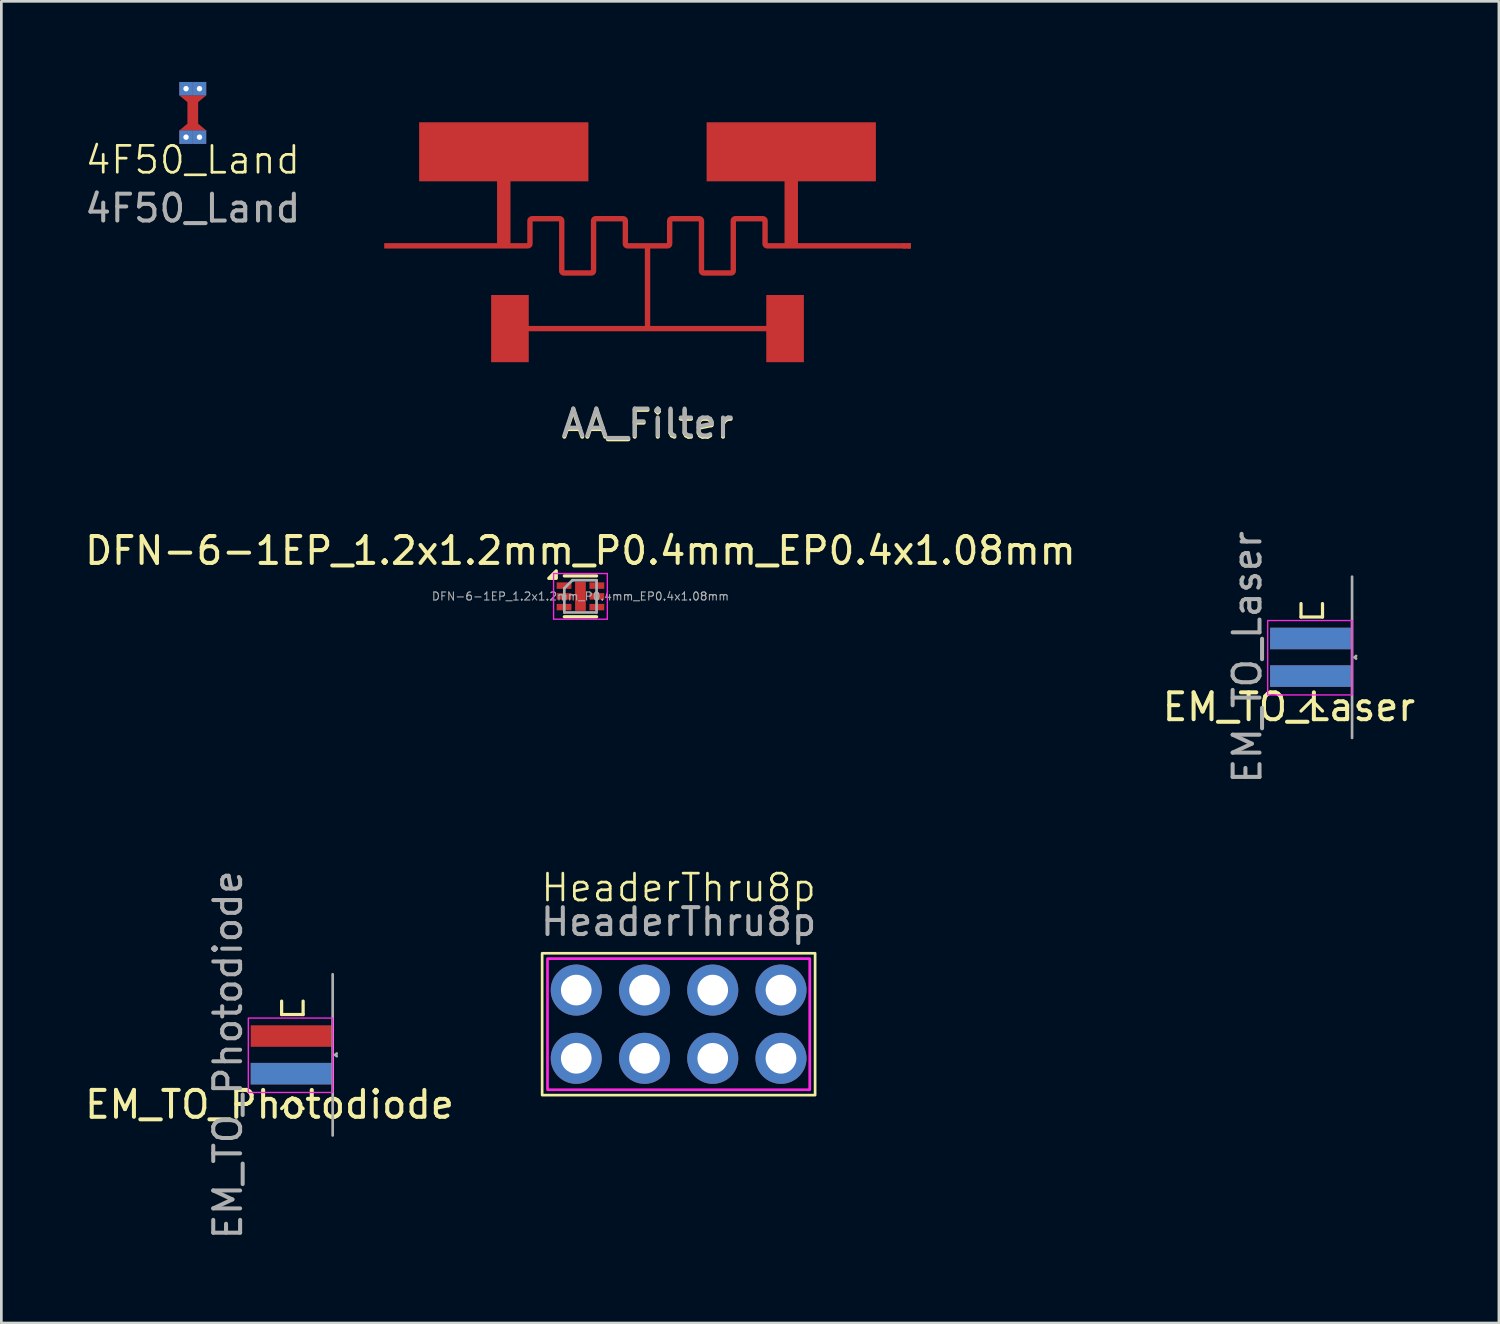
<source format=kicad_pcb>
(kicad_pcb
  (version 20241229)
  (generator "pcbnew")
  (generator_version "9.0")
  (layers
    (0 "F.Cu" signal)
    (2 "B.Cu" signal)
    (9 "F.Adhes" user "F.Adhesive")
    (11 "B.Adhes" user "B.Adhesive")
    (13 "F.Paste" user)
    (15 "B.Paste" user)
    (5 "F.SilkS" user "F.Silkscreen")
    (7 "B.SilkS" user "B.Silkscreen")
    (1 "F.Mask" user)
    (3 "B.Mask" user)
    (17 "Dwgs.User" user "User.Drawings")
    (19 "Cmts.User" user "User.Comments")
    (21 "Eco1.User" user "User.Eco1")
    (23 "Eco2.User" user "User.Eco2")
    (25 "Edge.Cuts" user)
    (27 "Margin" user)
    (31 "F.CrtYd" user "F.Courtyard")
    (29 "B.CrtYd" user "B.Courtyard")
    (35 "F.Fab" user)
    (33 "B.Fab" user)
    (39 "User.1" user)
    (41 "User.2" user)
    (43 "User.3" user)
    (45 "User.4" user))
  (footprint "4F50_Land"
    (layer "F.Cu")
    (at 4.125 1.153)
    (property "Reference" "4F50_Land" (at 0 1.75 0) (unlocked yes) (layer "F.SilkS") (effects (font (size 1 1) (thickness 0.1))))
    (attr smd)
    (fp_poly (pts (xy -0.5 -0.652) (xy -0.2 -0.4) (xy -0.2 0.4) (xy -0.5 0.652) (xy 0.5 0.652) (xy 0.2 0.4) (xy 0.2 -0.4) (xy 0.5 -0.652)) (stroke (width 0) (type solid)) (fill yes) (layer "F.Cu"))
    (fp_text user "${REFERENCE}" (at 0 3.55 0) (unlocked yes) (layer "F.Fab") (effects (font (size 1 1) (thickness 0.15))))
    (pad "" thru_hole rect (at -0.25 -0.902) (size 0.5 0.5) (drill 0.203) (layers "*.Cu" "*.Mask"))
    (pad "" thru_hole rect (at -0.25 0.902) (size 0.5 0.5) (drill 0.203) (layers "*.Cu" "*.Mask"))
    (pad "" thru_hole rect (at 0.25 -0.902) (size 0.5 0.5) (drill 0.203) (layers "*.Cu" "*.Mask"))
    (pad "" thru_hole rect (at 0.25 0.902) (size 0.5 0.5) (drill 0.203) (layers "*.Cu" "*.Mask")))
  (footprint "DFN-6-1EP_1.2x1.2mm_P0.4mm_EP0.4x1.08mm"
    (layer "F.Cu")
    (at 18.554 19.146)
    (property "Reference" "DFN-6-1EP_1.2x1.2mm_P0.4mm_EP0.4x1.08mm" (at 0 -1.7 0) (layer "F.SilkS") (effects (font (size 1 1) (thickness 0.15))))
    (attr smd)
    (fp_line (start -0.6 -0.76) (end 0.6 -0.76) (stroke (width 0.12) (type solid)) (layer "F.SilkS"))
    (fp_line (start -0.6 0.76) (end 0.6 0.76) (stroke (width 0.12) (type solid)) (layer "F.SilkS"))
    (fp_poly (pts (xy -0.9 -0.67) (xy -1.18 -0.67) (xy -0.9 -0.95) (xy -0.9 -0.67)) (stroke (width 0.12) (type solid)) (fill yes) (layer "F.SilkS"))
    (fp_line (start -1 -0.85) (end -1 0.85) (stroke (width 0.05) (type solid)) (layer "F.CrtYd"))
    (fp_line (start -1 0.85) (end 1 0.85) (stroke (width 0.05) (type solid)) (layer "F.CrtYd"))
    (fp_line (start 1 -0.85) (end -1 -0.85) (stroke (width 0.05) (type solid)) (layer "F.CrtYd"))
    (fp_line (start 1 0.85) (end 1 -0.85) (stroke (width 0.05) (type solid)) (layer "F.CrtYd"))
    (fp_line (start -0.6 -0.3) (end -0.3 -0.6) (stroke (width 0.1) (type solid)) (layer "F.Fab"))
    (fp_line (start -0.6 0.6) (end -0.6 -0.3) (stroke (width 0.1) (type solid)) (layer "F.Fab"))
    (fp_line (start -0.3 -0.6) (end 0.6 -0.6) (stroke (width 0.1) (type solid)) (layer "F.Fab"))
    (fp_line (start 0.6 -0.6) (end 0.6 0.6) (stroke (width 0.1) (type solid)) (layer "F.Fab"))
    (fp_line (start 0.6 0.6) (end -0.6 0.6) (stroke (width 0.1) (type solid)) (layer "F.Fab"))
    (fp_text user "${REFERENCE}" (at 0 0 0) (layer "F.Fab") (effects (font (size 0.3 0.3) (thickness 0.04))))
    (pad "" smd roundrect (at 0 -0.27) (size 0.32 0.44) (layers "F.Paste") (roundrect_rratio 0.25))
    (pad "" smd roundrect (at 0 0.27) (size 0.32 0.44) (layers "F.Paste") (roundrect_rratio 0.25))
    (pad "1" smd rect (at -0.61 -0.4) (size 0.55 0.24) (layers "F.Cu" "F.Mask" "F.Paste"))
    (pad "2" smd rect (at -0.61 0) (size 0.55 0.24) (layers "F.Cu" "F.Mask" "F.Paste"))
    (pad "3" smd rect (at -0.61 0.4) (size 0.55 0.24) (layers "F.Cu" "F.Mask" "F.Paste"))
    (pad "4" smd rect (at 0.61 0.4) (size 0.55 0.24) (layers "F.Cu" "F.Mask" "F.Paste"))
    (pad "5" smd rect (at 0.61 0) (size 0.55 0.24) (layers "F.Cu" "F.Mask" "F.Paste"))
    (pad "6" smd rect (at 0.61 -0.4) (size 0.55 0.24) (layers "F.Cu" "F.Mask" "F.Paste"))
    (pad "7" smd rect (at 0 0) (size 0.4 1.08) (property pad_prop_heatsink) (layers "F.Cu" "F.Mask")))
  (footprint "AA_Filter"
    (layer "F.Cu")
    (at 21.05 6.1)
    (property "Reference" "AA_Filter" (at 0 6.65 0) (layer "F.SilkS") (effects (font (size 1 1) (thickness 0.15))))
    (attr smd)
    (fp_poly (pts (xy 9.5 0.1) (xy 9.5 -0.1) (xy 9.8 -0.1) (xy 9.8 0.1)) (stroke (width 0) (type solid)) (fill yes) (layer "F.Cu"))
    (fp_poly (pts (xy 9.5 0.1) (xy 9.5 -0.1) (xy 9.8 -0.1) (xy 9.8 0.1)) (stroke (width 0) (type solid)) (fill yes) (layer "F.Mask"))
    (fp_text user "${REFERENCE}" (at 0 6.6 0) (layer "F.Fab") (effects (font (size 1 1) (thickness 0.15))))
    (pad "1" smd custom (at -9.764 0) (size 0.059 0.059) (layers "F.Cu" "F.Mask") (options (anchor circle)) (primitives (gr_poly (pts (xy 4.164 -0.1) (xy 4.164 -2.4) (xy 1.264 -2.4) (xy 1.264 -4.6) (xy 7.564 -4.6) (xy 7.564 -2.4) (xy 4.664 -2.4) (xy 4.664 -0.1) (xy 5.289 -0.1) (xy 5.289 -0.935) (xy 5.302 -1.002) (xy 5.34 -1.058) (xy 5.397 -1.096) (xy 5.464 -1.11) (xy 6.497 -1.11) (xy 6.564 -1.096) (xy 6.621 -1.058) (xy 6.659 -1.002) (xy 6.672 -0.935) (xy 6.672 0.91) (xy 7.656 0.91) (xy 7.656 -0.935) (xy 7.669 -1.002) (xy 7.707 -1.058) (xy 7.764 -1.096) (xy 7.831 -1.11) (xy 8.864 -1.11) (xy 8.931 -1.096) (xy 8.988 -1.058) (xy 9.026 -1.002) (xy 9.039 -0.935) (xy 9.039 -0.1) (xy 9.664 -0.1) (xy 9.864 -0.1) (xy 10.489 -0.1) (xy 10.489 -0.935) (xy 10.502 -1.002) (xy 10.54 -1.058) (xy 10.597 -1.096) (xy 10.664 -1.11) (xy 11.697 -1.11) (xy 11.764 -1.096) (xy 11.821 -1.058) (xy 11.859 -1.002) (xy 11.872 -0.935) (xy 11.872 0.91) (xy 12.856 0.91) (xy 12.856 -0.935) (xy 12.869 -1.002) (xy 12.907 -1.058) (xy 12.964 -1.096) (xy 13.031 -1.11) (xy 14.064 -1.11) (xy 14.131 -1.096) (xy 14.188 -1.058) (xy 14.226 -1.002) (xy 14.239 -0.935) (xy 14.239 -0.1) (xy 14.864 -0.1) (xy 14.864 -2.4) (xy 11.964 -2.4) (xy 11.964 -4.6) (xy 18.264 -4.6) (xy 18.264 -2.4) (xy 15.364 -2.4) (xy 15.364 -0.1) (xy 19.385 -0.1) (xy 19.385 0.1) (xy 15.364 0.1) (xy 14.864 0.1) (xy 14.214 0.1) (xy 14.147 0.087) (xy 14.09 0.049) (xy 14.052 -0.008) (xy 14.039 -0.075) (xy 14.039 -0.91) (xy 13.056 -0.91) (xy 13.056 0.935) (xy 13.042 1.002) (xy 13.004 1.058) (xy 12.948 1.096) (xy 12.881 1.11) (xy 11.847 1.11) (xy 11.78 1.096) (xy 11.723 1.058) (xy 11.685 1.002) (xy 11.672 0.935) (xy 11.672 -0.91) (xy 10.689 -0.91) (xy 10.689 -0.075) (xy 10.676 -0.008) (xy 10.638 0.049) (xy 10.581 0.087) (xy 10.514 0.1) (xy 9.864 0.1) (xy 9.864 2.98) (xy 14.184 2.98) (xy 14.184 1.83) (xy 15.584 1.83) (xy 15.584 4.33) (xy 14.184 4.33) (xy 14.184 3.18) (xy 9.864 3.18) (xy 9.664 3.18) (xy 5.344 3.18) (xy 5.344 4.33) (xy 3.944 4.33) (xy 3.944 1.83) (xy 5.344 1.83) (xy 5.344 2.98) (xy 9.664 2.98) (xy 9.664 0.1) (xy 9.014 0.1) (xy 8.947 0.087) (xy 8.89 0.049) (xy 8.852 -0.008) (xy 8.839 -0.075) (xy 8.839 -0.91) (xy 7.856 -0.91) (xy 7.856 0.935) (xy 7.842 1.002) (xy 7.804 1.058) (xy 7.748 1.096) (xy 7.681 1.11) (xy 6.647 1.11) (xy 6.58 1.096) (xy 6.523 1.058) (xy 6.485 1.002) (xy 6.472 0.935) (xy 6.472 -0.91) (xy 5.489 -0.91) (xy 5.489 -0.075) (xy 5.476 -0.008) (xy 5.438 0.049) (xy 5.381 0.087) (xy 5.314 0.1) (xy 4.664 0.1) (xy 4.164 0.1) (xy -0.036 0.1) (xy -0.036 -0.1)) (width 0) (fill yes))))
    (pad "2" smd rect (at 9.732 0) (size 0.135 0.2) (layers "F.Cu" "F.Mask"))
    (zone (net_name "") (layer "F.Cu") (hatch edge 0.5) (connect_pads) (min_thickness 0.25) (filled_areas_thickness no) (keepout (tracks not_allowed) (vias not_allowed) (pads allowed) (copperpour not_allowed) (footprints allowed)) (placement (enabled no)) (fill) (polygon (pts (xy 11.25 0) (xy 30.85 0) (xy 30.85 11.95) (xy 11.25 11.95)))))
  (footprint "EM_TO_Photodiode"
    (layer "F.Cu")
    (at 9.332 36.211)
    (property "Reference" "EM_TO_Photodiode" (at -2.35 1.85 0) (unlocked yes) (layer "F.SilkS") (effects (font (size 1 1) (thickness 0.15))))
    (attr smd)
    (fp_line (start -1.9 -2) (end -1.9 -1.5) (stroke (width 0.12) (type solid)) (layer "F.SilkS"))
    (fp_line (start -1.9 -1.5) (end -1.1 -1.5) (stroke (width 0.12) (type solid)) (layer "F.SilkS"))
    (fp_line (start -1.9 2) (end -1.5 1.6) (stroke (width 0.12) (type solid)) (layer "F.SilkS"))
    (fp_line (start -1.5 1.6) (end -1.1 2) (stroke (width 0.12) (type solid)) (layer "F.SilkS"))
    (fp_line (start -1.1 -1.5) (end -1.1 -2) (stroke (width 0.12) (type solid)) (layer "F.SilkS"))
    (fp_rect (start -3.14 -1.369) (end 0 1.4) (stroke (width 0.05) (type solid)) (fill no) (layer "F.CrtYd"))
    (fp_line (start 0 -3) (end 0 3) (stroke (width 0.1) (type solid)) (layer "F.Fab"))
    (fp_line (start 0.1 0) (end 0.15 -0.05) (stroke (width 0.1) (type solid)) (layer "F.Fab"))
    (fp_line (start 0.1 0) (end 0.15 0.05) (stroke (width 0.1) (type solid)) (layer "F.Fab"))
    (fp_text user "${REFERENCE}" (at -3.9 0 90) (unlocked yes) (layer "F.Fab") (effects (font (size 1 1) (thickness 0.15))))
    (fp_text user "Board Edge" (at 1.4 0 90) (unlocked yes) (layer "User.2") (effects (font (size 1 1) (thickness 0.15))))
    (pad "1" smd rect (at -1.55 -0.7) (size 3 0.8) (layers "F.Cu" "F.Mask" "F.Paste"))
    (pad "2" smd rect (at -1.55 0.7) (size 3 0.8) (layers "F.Cu" "F.Mask" "F.Paste"))
    (pad "3" smd rect (at -1.55 0.7) (size 3 0.8) (layers "B.Cu" "B.Mask" "B.Paste")))
  (footprint "EM_TO_Laser"
    (layer "F.Cu")
    (at 47.273 21.414)
    (property "Reference" "EM_TO_Laser" (at -2.35 1.85 0) (unlocked yes) (layer "F.SilkS") (effects (font (size 1 1) (thickness 0.15))))
    (attr smd)
    (fp_line (start -1.9 -2) (end -1.9 -1.5) (stroke (width 0.12) (type solid)) (layer "F.SilkS"))
    (fp_line (start -1.9 -1.5) (end -1.1 -1.5) (stroke (width 0.12) (type solid)) (layer "F.SilkS"))
    (fp_line (start -1.9 2) (end -1.5 1.6) (stroke (width 0.12) (type solid)) (layer "F.SilkS"))
    (fp_line (start -1.5 1.6) (end -1.1 2) (stroke (width 0.12) (type solid)) (layer "F.SilkS"))
    (fp_line (start -1.1 -1.5) (end -1.1 -2) (stroke (width 0.12) (type solid)) (layer "F.SilkS"))
    (fp_rect (start -3.14 -1.369) (end 0 1.4) (stroke (width 0.05) (type solid)) (fill no) (layer "F.CrtYd"))
    (fp_line (start 0 -3) (end 0 3) (stroke (width 0.1) (type solid)) (layer "F.Fab"))
    (fp_line (start 0.1 0) (end 0.15 -0.05) (stroke (width 0.1) (type solid)) (layer "F.Fab"))
    (fp_line (start 0.1 0) (end 0.15 0.05) (stroke (width 0.1) (type solid)) (layer "F.Fab"))
    (fp_text user "${REFERENCE}" (at -3.9 0 90) (unlocked yes) (layer "F.Fab") (effects (font (size 1 1) (thickness 0.15))))
    (fp_text user "Board Edge" (at 1.4 0 90) (unlocked yes) (layer "User.2") (effects (font (size 1 1) (thickness 0.15))))
    (pad "1" smd rect (at -1.55 -0.7) (size 3 0.8) (layers "F.Cu" "F.Mask" "F.Paste"))
    (pad "2" smd rect (at -1.55 0.7) (size 3 0.8) (layers "F.Cu" "F.Mask" "F.Paste"))
    (pad "3" smd rect (at -1.55 -0.7) (size 3 0.8) (layers "B.Cu" "B.Mask" "B.Paste"))
    (pad "4" smd rect (at -1.55 0.7) (size 3 0.8) (layers "B.Cu" "B.Mask" "B.Paste")))
  (footprint "HeaderThru8p"
    (layer "F.Cu")
    (at 22.208 35.07)
    (property "Reference" "HeaderThru8p" (at 0 -5.08 0) (unlocked yes) (layer "F.SilkS") (effects (font (size 1 1) (thickness 0.1))))
    (attr through_hole)
    (fp_rect (start -5.08 -2.64) (end 5.08 2.64) (stroke (width 0.1) (type default)) (fill no) (layer "F.SilkS"))
    (fp_rect (start -4.88 -2.44) (end 4.88 2.44) (stroke (width 0.1) (type default)) (fill no) (layer "F.CrtYd"))
    (fp_text user "${REFERENCE}" (at 0 -3.81 0) (unlocked yes) (layer "F.Fab") (effects (font (size 1 1) (thickness 0.15))))
    (pad "1" thru_hole circle (at -3.81 1.27) (size 1.9 1.9) (drill 1.14) (layers "*.Cu" "*.Mask"))
    (pad "2" thru_hole circle (at -3.81 -1.27) (size 1.9 1.9) (drill 1.14) (layers "*.Cu" "*.Mask"))
    (pad "3" thru_hole circle (at -1.27 1.27) (size 1.9 1.9) (drill 1.14) (layers "*.Cu" "*.Mask"))
    (pad "4" thru_hole circle (at -1.27 -1.27) (size 1.9 1.9) (drill 1.14) (layers "*.Cu" "*.Mask"))
    (pad "5" thru_hole circle (at 1.27 1.27) (size 1.9 1.9) (drill 1.14) (layers "*.Cu" "*.Mask"))
    (pad "6" thru_hole circle (at 1.27 -1.27) (size 1.9 1.9) (drill 1.14) (layers "*.Cu" "*.Mask"))
    (pad "7" thru_hole circle (at 3.81 1.27) (size 1.9 1.9) (drill 1.14) (layers "*.Cu" "*.Mask"))
    (pad "8" thru_hole circle (at 3.81 -1.27) (size 1.9 1.9) (drill 1.14) (layers "*.Cu" "*.Mask")))
  (gr_rect
    (start -3 -3)
    (end 52.738 46.193)
    (stroke (width 0.1) (type default))
    (fill no)
    (layer "Edge.Cuts")))
</source>
